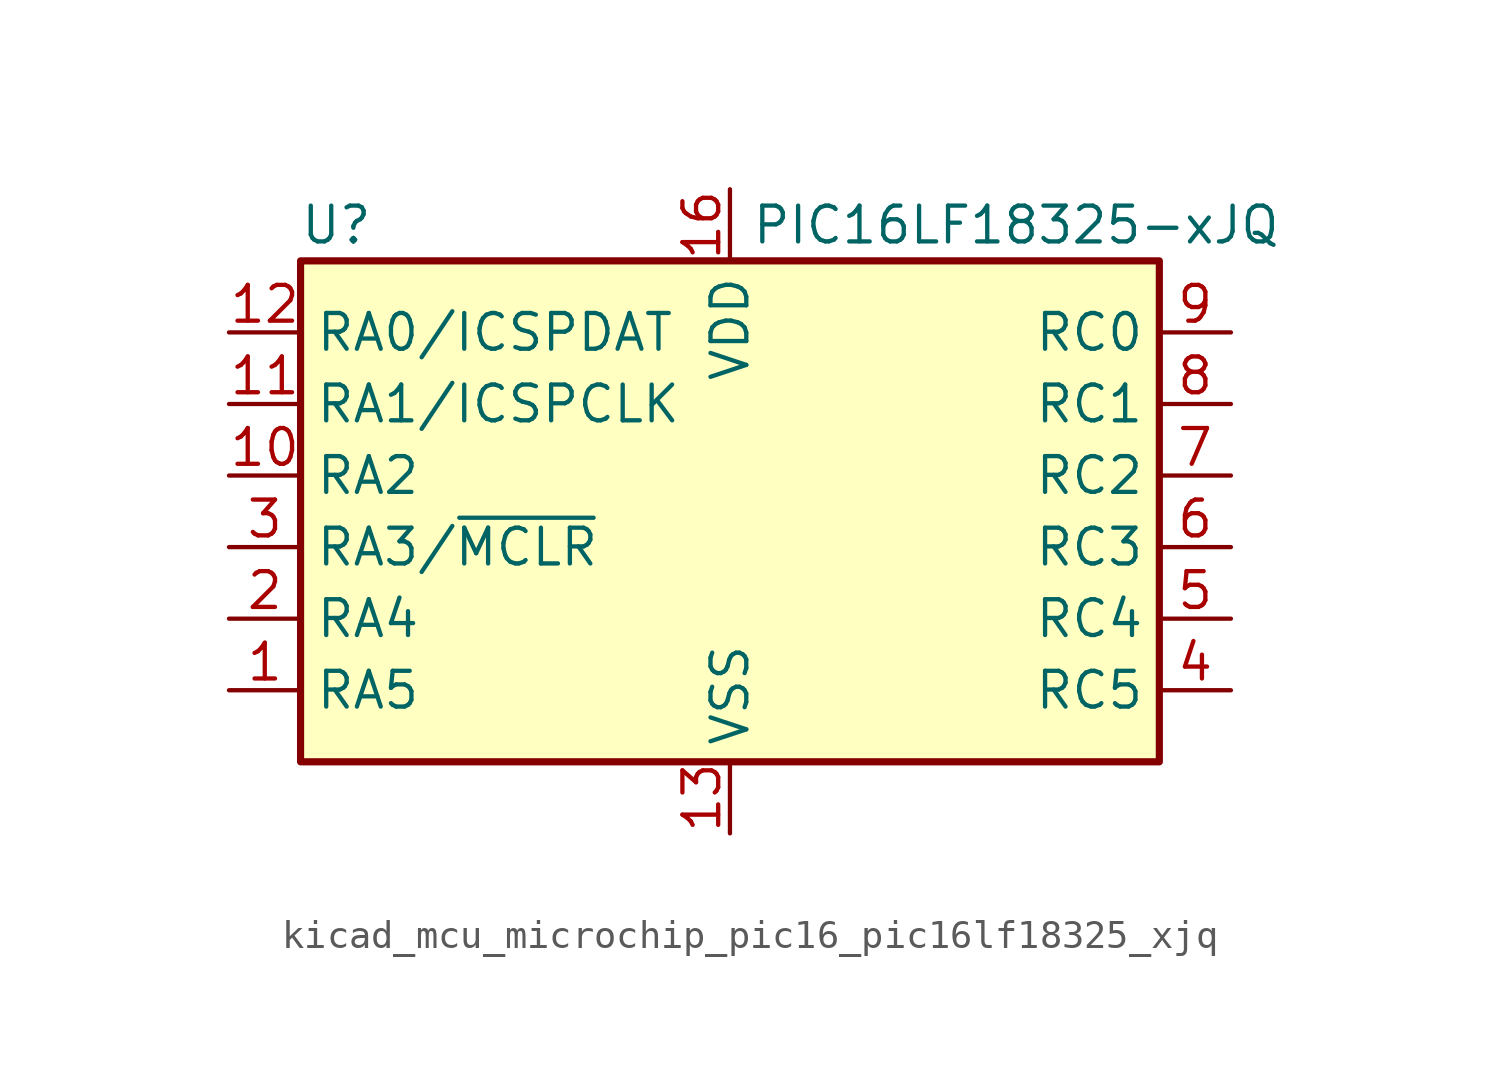
<source format=kicad_sym>
(kicad_symbol_lib
  (version 20220914)
  (generator kicad_symbol_editor)
  (symbol "kicad_mcu_microchip_pic16_pic16lf18325_xjq"
    (property "Reference" "U"
      (at -13.97 11.43 0)
      (effects (font (size 1.27 1.27))))
    (property "Value" "PIC16LF18325-xJQ"
      (at 10.16 11.43 0)
      (effects (font (size 1.27 1.27))))
    (symbol "kicad_mcu_microchip_pic16_pic16lf18325_xjq_0_1"
      (rectangle (start -15.24 10.16) (end 15.24 -7.62) (stroke (width 0.254) (type default)) (fill (type background))))
    (symbol "kicad_mcu_microchip_pic16_pic16lf18325_xjq_1_1"
      (pin bidirectional line (at -17.78 -5.08 0) (length 2.54) (name "RA5" (effects (font (size 1.27 1.27)))) (number "1" (effects (font (size 1.27 1.27)))))
      (pin bidirectional line (at -17.78 2.54 0) (length 2.54) (name "RA2" (effects (font (size 1.27 1.27)))) (number "10" (effects (font (size 1.27 1.27)))))
      (pin bidirectional line (at -17.78 5.08 0) (length 2.54) (name "RA1/ICSPCLK" (effects (font (size 1.27 1.27)))) (number "11" (effects (font (size 1.27 1.27)))))
      (pin bidirectional line (at -17.78 7.62 0) (length 2.54) (name "RA0/ICSPDAT" (effects (font (size 1.27 1.27)))) (number "12" (effects (font (size 1.27 1.27)))))
      (pin power_in line (at 0 -10.16 90) (length 2.54) (name "VSS" (effects (font (size 1.27 1.27)))) (number "13" (effects (font (size 1.27 1.27)))))
      (pin no_connect line (at 5.08 -7.62 90) (length 2.54) hide (name "NC" (effects (font (size 1.27 1.27)))) (number "14" (effects (font (size 1.27 1.27)))))
      (pin no_connect line (at 7.62 -7.62 90) (length 2.54) hide (name "NC" (effects (font (size 1.27 1.27)))) (number "15" (effects (font (size 1.27 1.27)))))
      (pin power_in line (at 0 12.7 270) (length 2.54) (name "VDD" (effects (font (size 1.27 1.27)))) (number "16" (effects (font (size 1.27 1.27)))))
      (pin bidirectional line (at -17.78 -2.54 0) (length 2.54) (name "RA4" (effects (font (size 1.27 1.27)))) (number "2" (effects (font (size 1.27 1.27)))))
      (pin bidirectional line (at -17.78 0 0) (length 2.54) (name "RA3/~{MCLR}" (effects (font (size 1.27 1.27)))) (number "3" (effects (font (size 1.27 1.27)))))
      (pin bidirectional line (at 17.78 -5.08 180) (length 2.54) (name "RC5" (effects (font (size 1.27 1.27)))) (number "4" (effects (font (size 1.27 1.27)))))
      (pin bidirectional line (at 17.78 -2.54 180) (length 2.54) (name "RC4" (effects (font (size 1.27 1.27)))) (number "5" (effects (font (size 1.27 1.27)))))
      (pin bidirectional line (at 17.78 0 180) (length 2.54) (name "RC3" (effects (font (size 1.27 1.27)))) (number "6" (effects (font (size 1.27 1.27)))))
      (pin bidirectional line (at 17.78 2.54 180) (length 2.54) (name "RC2" (effects (font (size 1.27 1.27)))) (number "7" (effects (font (size 1.27 1.27)))))
      (pin bidirectional line (at 17.78 5.08 180) (length 2.54) (name "RC1" (effects (font (size 1.27 1.27)))) (number "8" (effects (font (size 1.27 1.27)))))
      (pin bidirectional line (at 17.78 7.62 180) (length 2.54) (name "RC0" (effects (font (size 1.27 1.27)))) (number "9" (effects (font (size 1.27 1.27))))))))
</source>
